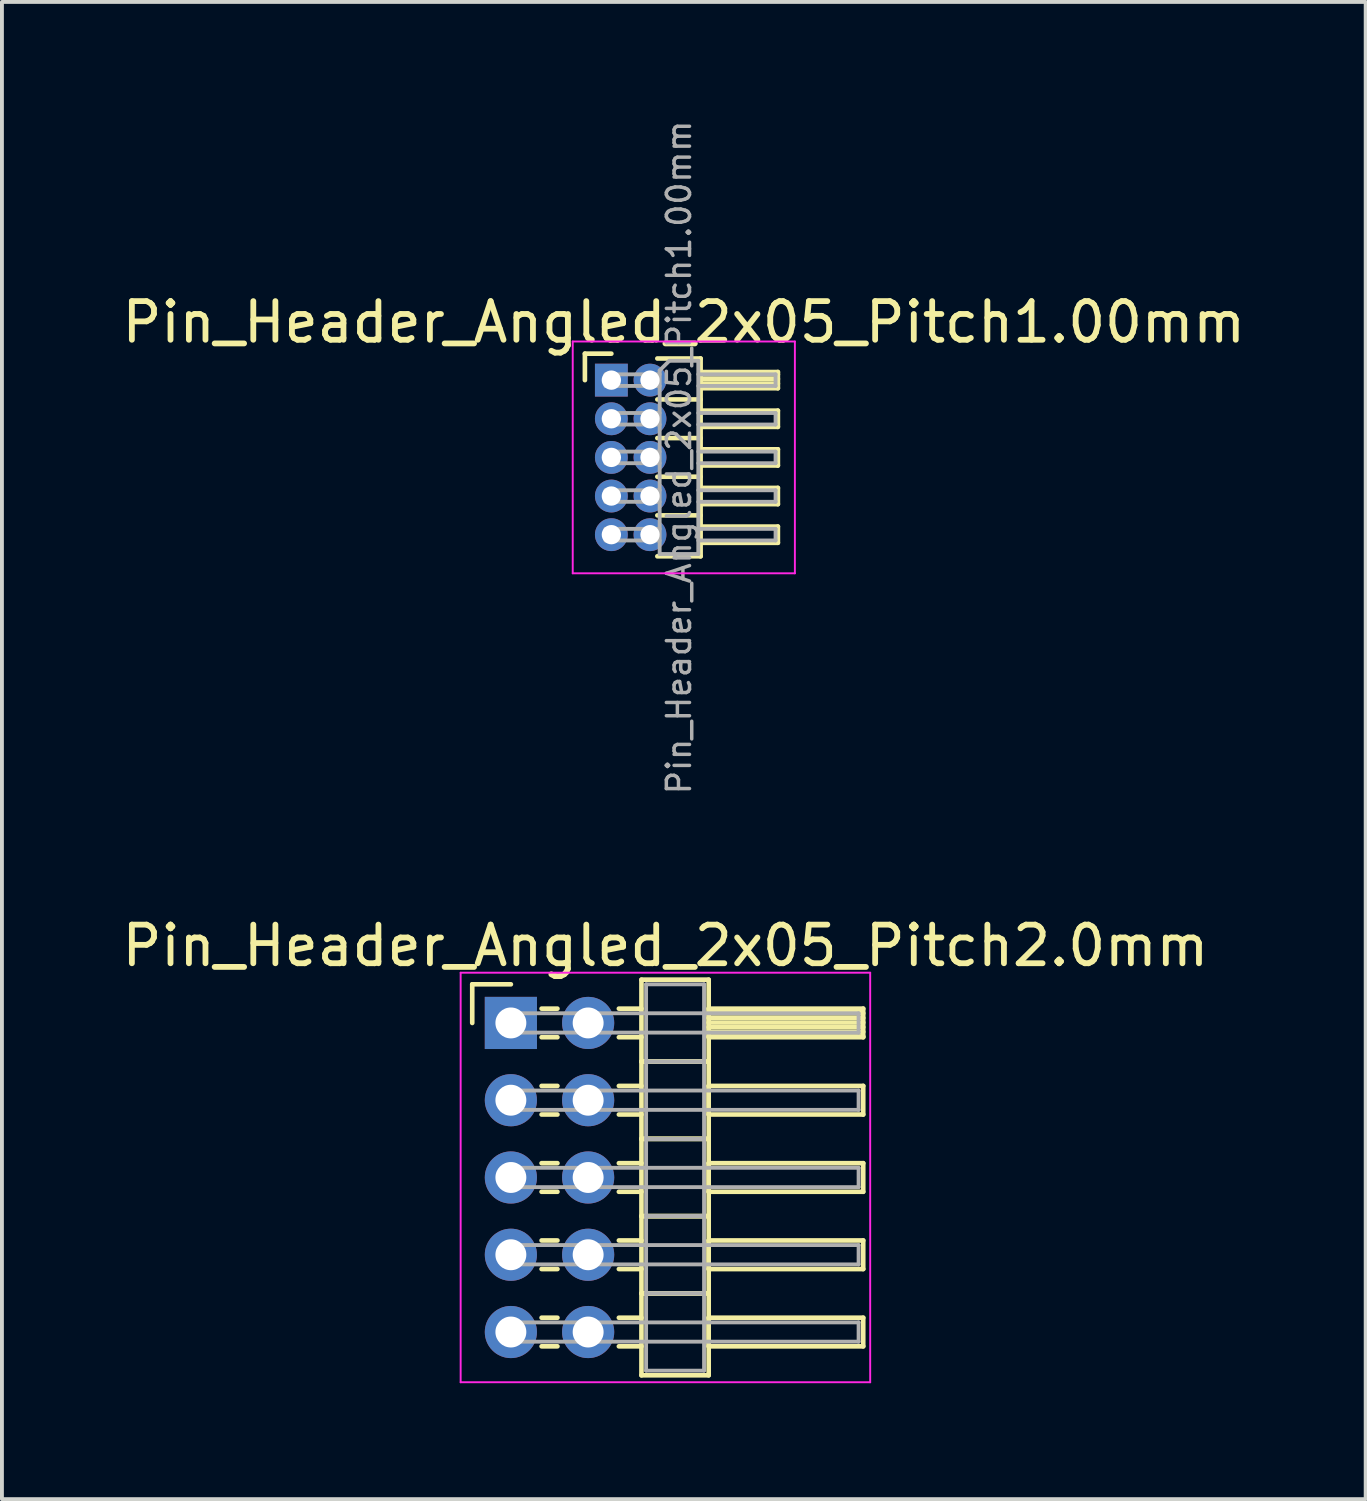
<source format=kicad_pcb>
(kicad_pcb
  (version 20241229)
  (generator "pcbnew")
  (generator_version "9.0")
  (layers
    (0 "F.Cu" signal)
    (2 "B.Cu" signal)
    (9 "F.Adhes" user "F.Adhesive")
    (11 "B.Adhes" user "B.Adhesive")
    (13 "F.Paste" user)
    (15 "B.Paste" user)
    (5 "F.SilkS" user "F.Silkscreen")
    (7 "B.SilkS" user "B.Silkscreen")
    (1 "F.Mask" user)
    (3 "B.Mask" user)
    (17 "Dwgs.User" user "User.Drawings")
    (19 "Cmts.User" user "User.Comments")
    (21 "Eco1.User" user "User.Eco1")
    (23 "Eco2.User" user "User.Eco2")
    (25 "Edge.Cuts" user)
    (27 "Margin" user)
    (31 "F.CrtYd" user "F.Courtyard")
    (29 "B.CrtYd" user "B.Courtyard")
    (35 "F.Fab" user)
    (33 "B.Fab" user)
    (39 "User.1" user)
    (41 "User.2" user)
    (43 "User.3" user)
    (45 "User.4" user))
  (footprint "Pin_Header_Angled_2x05_Pitch1.00mm"
    (layer "F.Cu")
    (at 12.774 6.789)
    (property "Reference" "Pin_Header_Angled_2x05_Pitch1.00mm" (at 1.875 -1.5 0) (layer "F.SilkS") (effects (font (size 1 1) (thickness 0.15))))
    (attr through_hole)
    (fp_line (start -0.685 -0.685) (end 0 -0.685) (stroke (width 0.12) (type solid)) (layer "F.SilkS"))
    (fp_line (start -0.685 0) (end -0.685 -0.685) (stroke (width 0.12) (type solid)) (layer "F.SilkS"))
    (fp_line (start 1.19 -0.56) (end 2.31 -0.56) (stroke (width 0.12) (type solid)) (layer "F.SilkS"))
    (fp_line (start 1.19 0.5) (end 2.31 0.5) (stroke (width 0.12) (type solid)) (layer "F.SilkS"))
    (fp_line (start 1.19 1.5) (end 2.31 1.5) (stroke (width 0.12) (type solid)) (layer "F.SilkS"))
    (fp_line (start 1.19 2.5) (end 2.31 2.5) (stroke (width 0.12) (type solid)) (layer "F.SilkS"))
    (fp_line (start 1.19 3.5) (end 2.31 3.5) (stroke (width 0.12) (type solid)) (layer "F.SilkS"))
    (fp_line (start 2.31 -0.56) (end 2.31 4.56) (stroke (width 0.12) (type solid)) (layer "F.SilkS"))
    (fp_line (start 2.31 -0.21) (end 4.31 -0.21) (stroke (width 0.12) (type solid)) (layer "F.SilkS"))
    (fp_line (start 2.31 -0.15) (end 4.31 -0.15) (stroke (width 0.12) (type solid)) (layer "F.SilkS"))
    (fp_line (start 2.31 -0.03) (end 4.31 -0.03) (stroke (width 0.12) (type solid)) (layer "F.SilkS"))
    (fp_line (start 2.31 0.09) (end 4.31 0.09) (stroke (width 0.12) (type solid)) (layer "F.SilkS"))
    (fp_line (start 2.31 0.79) (end 4.31 0.79) (stroke (width 0.12) (type solid)) (layer "F.SilkS"))
    (fp_line (start 2.31 1.79) (end 4.31 1.79) (stroke (width 0.12) (type solid)) (layer "F.SilkS"))
    (fp_line (start 2.31 2.79) (end 4.31 2.79) (stroke (width 0.12) (type solid)) (layer "F.SilkS"))
    (fp_line (start 2.31 3.79) (end 4.31 3.79) (stroke (width 0.12) (type solid)) (layer "F.SilkS"))
    (fp_line (start 2.31 4.56) (end 1.19 4.56) (stroke (width 0.12) (type solid)) (layer "F.SilkS"))
    (fp_line (start 4.31 -0.21) (end 4.31 0.21) (stroke (width 0.12) (type solid)) (layer "F.SilkS"))
    (fp_line (start 4.31 0.21) (end 2.31 0.21) (stroke (width 0.12) (type solid)) (layer "F.SilkS"))
    (fp_line (start 4.31 0.79) (end 4.31 1.21) (stroke (width 0.12) (type solid)) (layer "F.SilkS"))
    (fp_line (start 4.31 1.21) (end 2.31 1.21) (stroke (width 0.12) (type solid)) (layer "F.SilkS"))
    (fp_line (start 4.31 1.79) (end 4.31 2.21) (stroke (width 0.12) (type solid)) (layer "F.SilkS"))
    (fp_line (start 4.31 2.21) (end 2.31 2.21) (stroke (width 0.12) (type solid)) (layer "F.SilkS"))
    (fp_line (start 4.31 2.79) (end 4.31 3.21) (stroke (width 0.12) (type solid)) (layer "F.SilkS"))
    (fp_line (start 4.31 3.21) (end 2.31 3.21) (stroke (width 0.12) (type solid)) (layer "F.SilkS"))
    (fp_line (start 4.31 3.79) (end 4.31 4.21) (stroke (width 0.12) (type solid)) (layer "F.SilkS"))
    (fp_line (start 4.31 4.21) (end 2.31 4.21) (stroke (width 0.12) (type solid)) (layer "F.SilkS"))
    (fp_line (start -1 -1) (end -1 5) (stroke (width 0.05) (type solid)) (layer "F.CrtYd"))
    (fp_line (start -1 5) (end 4.75 5) (stroke (width 0.05) (type solid)) (layer "F.CrtYd"))
    (fp_line (start 4.75 -1) (end -1 -1) (stroke (width 0.05) (type solid)) (layer "F.CrtYd"))
    (fp_line (start 4.75 5) (end 4.75 -1) (stroke (width 0.05) (type solid)) (layer "F.CrtYd"))
    (fp_line (start -0.15 -0.15) (end -0.15 0.15) (stroke (width 0.1) (type solid)) (layer "F.Fab"))
    (fp_line (start -0.15 -0.15) (end 1.25 -0.15) (stroke (width 0.1) (type solid)) (layer "F.Fab"))
    (fp_line (start -0.15 0.15) (end 1.25 0.15) (stroke (width 0.1) (type solid)) (layer "F.Fab"))
    (fp_line (start -0.15 0.85) (end -0.15 1.15) (stroke (width 0.1) (type solid)) (layer "F.Fab"))
    (fp_line (start -0.15 0.85) (end 1.25 0.85) (stroke (width 0.1) (type solid)) (layer "F.Fab"))
    (fp_line (start -0.15 1.15) (end 1.25 1.15) (stroke (width 0.1) (type solid)) (layer "F.Fab"))
    (fp_line (start -0.15 1.85) (end -0.15 2.15) (stroke (width 0.1) (type solid)) (layer "F.Fab"))
    (fp_line (start -0.15 1.85) (end 1.25 1.85) (stroke (width 0.1) (type solid)) (layer "F.Fab"))
    (fp_line (start -0.15 2.15) (end 1.25 2.15) (stroke (width 0.1) (type solid)) (layer "F.Fab"))
    (fp_line (start -0.15 2.85) (end -0.15 3.15) (stroke (width 0.1) (type solid)) (layer "F.Fab"))
    (fp_line (start -0.15 2.85) (end 1.25 2.85) (stroke (width 0.1) (type solid)) (layer "F.Fab"))
    (fp_line (start -0.15 3.15) (end 1.25 3.15) (stroke (width 0.1) (type solid)) (layer "F.Fab"))
    (fp_line (start -0.15 3.85) (end -0.15 4.15) (stroke (width 0.1) (type solid)) (layer "F.Fab"))
    (fp_line (start -0.15 3.85) (end 1.25 3.85) (stroke (width 0.1) (type solid)) (layer "F.Fab"))
    (fp_line (start -0.15 4.15) (end 1.25 4.15) (stroke (width 0.1) (type solid)) (layer "F.Fab"))
    (fp_line (start 1.25 -0.25) (end 1.5 -0.5) (stroke (width 0.1) (type solid)) (layer "F.Fab"))
    (fp_line (start 1.25 4.5) (end 1.25 -0.25) (stroke (width 0.1) (type solid)) (layer "F.Fab"))
    (fp_line (start 1.5 -0.5) (end 2.25 -0.5) (stroke (width 0.1) (type solid)) (layer "F.Fab"))
    (fp_line (start 2.25 -0.5) (end 2.25 4.5) (stroke (width 0.1) (type solid)) (layer "F.Fab"))
    (fp_line (start 2.25 -0.15) (end 4.25 -0.15) (stroke (width 0.1) (type solid)) (layer "F.Fab"))
    (fp_line (start 2.25 0.15) (end 4.25 0.15) (stroke (width 0.1) (type solid)) (layer "F.Fab"))
    (fp_line (start 2.25 0.85) (end 4.25 0.85) (stroke (width 0.1) (type solid)) (layer "F.Fab"))
    (fp_line (start 2.25 1.15) (end 4.25 1.15) (stroke (width 0.1) (type solid)) (layer "F.Fab"))
    (fp_line (start 2.25 1.85) (end 4.25 1.85) (stroke (width 0.1) (type solid)) (layer "F.Fab"))
    (fp_line (start 2.25 2.15) (end 4.25 2.15) (stroke (width 0.1) (type solid)) (layer "F.Fab"))
    (fp_line (start 2.25 2.85) (end 4.25 2.85) (stroke (width 0.1) (type solid)) (layer "F.Fab"))
    (fp_line (start 2.25 3.15) (end 4.25 3.15) (stroke (width 0.1) (type solid)) (layer "F.Fab"))
    (fp_line (start 2.25 3.85) (end 4.25 3.85) (stroke (width 0.1) (type solid)) (layer "F.Fab"))
    (fp_line (start 2.25 4.15) (end 4.25 4.15) (stroke (width 0.1) (type solid)) (layer "F.Fab"))
    (fp_line (start 2.25 4.5) (end 1.25 4.5) (stroke (width 0.1) (type solid)) (layer "F.Fab"))
    (fp_line (start 4.25 -0.15) (end 4.25 0.15) (stroke (width 0.1) (type solid)) (layer "F.Fab"))
    (fp_line (start 4.25 0.85) (end 4.25 1.15) (stroke (width 0.1) (type solid)) (layer "F.Fab"))
    (fp_line (start 4.25 1.85) (end 4.25 2.15) (stroke (width 0.1) (type solid)) (layer "F.Fab"))
    (fp_line (start 4.25 2.85) (end 4.25 3.15) (stroke (width 0.1) (type solid)) (layer "F.Fab"))
    (fp_line (start 4.25 3.85) (end 4.25 4.15) (stroke (width 0.1) (type solid)) (layer "F.Fab"))
    (fp_text user "${REFERENCE}" (at 1.75 2 90) (layer "F.Fab") (effects (font (size 0.6 0.6) (thickness 0.09))))
    (pad "1" thru_hole rect (at 0 0) (size 0.85 0.85) (drill 0.5) (layers "*.Cu" "*.Mask"))
    (pad "2" thru_hole oval (at 1 0) (size 0.85 0.85) (drill 0.5) (layers "*.Cu" "*.Mask"))
    (pad "3" thru_hole oval (at 0 1) (size 0.85 0.85) (drill 0.5) (layers "*.Cu" "*.Mask"))
    (pad "4" thru_hole oval (at 1 1) (size 0.85 0.85) (drill 0.5) (layers "*.Cu" "*.Mask"))
    (pad "5" thru_hole oval (at 0 2) (size 0.85 0.85) (drill 0.5) (layers "*.Cu" "*.Mask"))
    (pad "6" thru_hole oval (at 1 2) (size 0.85 0.85) (drill 0.5) (layers "*.Cu" "*.Mask"))
    (pad "7" thru_hole oval (at 0 3) (size 0.85 0.85) (drill 0.5) (layers "*.Cu" "*.Mask"))
    (pad "8" thru_hole oval (at 1 3) (size 0.85 0.85) (drill 0.5) (layers "*.Cu" "*.Mask"))
    (pad "9" thru_hole oval (at 0 4) (size 0.85 0.85) (drill 0.5) (layers "*.Cu" "*.Mask"))
    (pad "10" thru_hole oval (at 1 4) (size 0.85 0.85) (drill 0.5) (layers "*.Cu" "*.Mask")))
  (footprint "Pin_Header_Angled_2x05_Pitch2.0mm"
    (layer "F.Cu")
    (at 10.173 23.427)
    (property "Reference" "Pin_Header_Angled_2x05_Pitch2.0mm" (at 4 -2 0) (layer "F.SilkS") (effects (font (size 1 1) (thickness 0.15))))
    (attr through_hole)
    (fp_line (start -1 -1) (end 0 -1) (stroke (width 0.12) (type solid)) (layer "F.SilkS"))
    (fp_line (start -1 0) (end -1 -1) (stroke (width 0.12) (type solid)) (layer "F.SilkS"))
    (fp_line (start 0.795 -0.37) (end 1.205 -0.37) (stroke (width 0.12) (type solid)) (layer "F.SilkS"))
    (fp_line (start 0.795 0.37) (end 1.205 0.37) (stroke (width 0.12) (type solid)) (layer "F.SilkS"))
    (fp_line (start 0.795 1.63) (end 1.205 1.63) (stroke (width 0.12) (type solid)) (layer "F.SilkS"))
    (fp_line (start 0.795 2.37) (end 1.205 2.37) (stroke (width 0.12) (type solid)) (layer "F.SilkS"))
    (fp_line (start 0.795 3.63) (end 1.205 3.63) (stroke (width 0.12) (type solid)) (layer "F.SilkS"))
    (fp_line (start 0.795 4.37) (end 1.205 4.37) (stroke (width 0.12) (type solid)) (layer "F.SilkS"))
    (fp_line (start 0.795 5.63) (end 1.205 5.63) (stroke (width 0.12) (type solid)) (layer "F.SilkS"))
    (fp_line (start 0.795 6.37) (end 1.205 6.37) (stroke (width 0.12) (type solid)) (layer "F.SilkS"))
    (fp_line (start 0.795 7.63) (end 1.205 7.63) (stroke (width 0.12) (type solid)) (layer "F.SilkS"))
    (fp_line (start 0.795 8.37) (end 1.205 8.37) (stroke (width 0.12) (type solid)) (layer "F.SilkS"))
    (fp_line (start 2.795 -0.37) (end 3.38 -0.37) (stroke (width 0.12) (type solid)) (layer "F.SilkS"))
    (fp_line (start 2.795 0.37) (end 3.38 0.37) (stroke (width 0.12) (type solid)) (layer "F.SilkS"))
    (fp_line (start 2.795 1.63) (end 3.38 1.63) (stroke (width 0.12) (type solid)) (layer "F.SilkS"))
    (fp_line (start 2.795 2.37) (end 3.38 2.37) (stroke (width 0.12) (type solid)) (layer "F.SilkS"))
    (fp_line (start 2.795 3.63) (end 3.38 3.63) (stroke (width 0.12) (type solid)) (layer "F.SilkS"))
    (fp_line (start 2.795 4.37) (end 3.38 4.37) (stroke (width 0.12) (type solid)) (layer "F.SilkS"))
    (fp_line (start 2.795 5.63) (end 3.38 5.63) (stroke (width 0.12) (type solid)) (layer "F.SilkS"))
    (fp_line (start 2.795 6.37) (end 3.38 6.37) (stroke (width 0.12) (type solid)) (layer "F.SilkS"))
    (fp_line (start 2.795 7.63) (end 3.38 7.63) (stroke (width 0.12) (type solid)) (layer "F.SilkS"))
    (fp_line (start 2.795 8.37) (end 3.38 8.37) (stroke (width 0.12) (type solid)) (layer "F.SilkS"))
    (fp_line (start 3.38 -1.12) (end 3.38 1) (stroke (width 0.12) (type solid)) (layer "F.SilkS"))
    (fp_line (start 3.38 1) (end 3.38 3) (stroke (width 0.12) (type solid)) (layer "F.SilkS"))
    (fp_line (start 3.38 1) (end 5.12 1) (stroke (width 0.12) (type solid)) (layer "F.SilkS"))
    (fp_line (start 3.38 3) (end 3.38 5) (stroke (width 0.12) (type solid)) (layer "F.SilkS"))
    (fp_line (start 3.38 3) (end 5.12 3) (stroke (width 0.12) (type solid)) (layer "F.SilkS"))
    (fp_line (start 3.38 5) (end 3.38 7) (stroke (width 0.12) (type solid)) (layer "F.SilkS"))
    (fp_line (start 3.38 5) (end 5.12 5) (stroke (width 0.12) (type solid)) (layer "F.SilkS"))
    (fp_line (start 3.38 7) (end 3.38 9.12) (stroke (width 0.12) (type solid)) (layer "F.SilkS"))
    (fp_line (start 3.38 7) (end 5.12 7) (stroke (width 0.12) (type solid)) (layer "F.SilkS"))
    (fp_line (start 3.38 9.12) (end 5.12 9.12) (stroke (width 0.12) (type solid)) (layer "F.SilkS"))
    (fp_line (start 5.12 -1.12) (end 3.38 -1.12) (stroke (width 0.12) (type solid)) (layer "F.SilkS"))
    (fp_line (start 5.12 -0.37) (end 5.12 0.37) (stroke (width 0.12) (type solid)) (layer "F.SilkS"))
    (fp_line (start 5.12 -0.25) (end 9.12 -0.25) (stroke (width 0.12) (type solid)) (layer "F.SilkS"))
    (fp_line (start 5.12 -0.13) (end 9.12 -0.13) (stroke (width 0.12) (type solid)) (layer "F.SilkS"))
    (fp_line (start 5.12 -0.01) (end 9.12 -0.01) (stroke (width 0.12) (type solid)) (layer "F.SilkS"))
    (fp_line (start 5.12 0.11) (end 9.12 0.11) (stroke (width 0.12) (type solid)) (layer "F.SilkS"))
    (fp_line (start 5.12 0.23) (end 9.12 0.23) (stroke (width 0.12) (type solid)) (layer "F.SilkS"))
    (fp_line (start 5.12 0.35) (end 9.12 0.35) (stroke (width 0.12) (type solid)) (layer "F.SilkS"))
    (fp_line (start 5.12 0.37) (end 9.12 0.37) (stroke (width 0.12) (type solid)) (layer "F.SilkS"))
    (fp_line (start 5.12 1) (end 3.38 1) (stroke (width 0.12) (type solid)) (layer "F.SilkS"))
    (fp_line (start 5.12 1) (end 5.12 -1.12) (stroke (width 0.12) (type solid)) (layer "F.SilkS"))
    (fp_line (start 5.12 1.63) (end 5.12 2.37) (stroke (width 0.12) (type solid)) (layer "F.SilkS"))
    (fp_line (start 5.12 2.37) (end 9.12 2.37) (stroke (width 0.12) (type solid)) (layer "F.SilkS"))
    (fp_line (start 5.12 3) (end 3.38 3) (stroke (width 0.12) (type solid)) (layer "F.SilkS"))
    (fp_line (start 5.12 3) (end 5.12 1) (stroke (width 0.12) (type solid)) (layer "F.SilkS"))
    (fp_line (start 5.12 3.63) (end 5.12 4.37) (stroke (width 0.12) (type solid)) (layer "F.SilkS"))
    (fp_line (start 5.12 4.37) (end 9.12 4.37) (stroke (width 0.12) (type solid)) (layer "F.SilkS"))
    (fp_line (start 5.12 5) (end 3.38 5) (stroke (width 0.12) (type solid)) (layer "F.SilkS"))
    (fp_line (start 5.12 5) (end 5.12 3) (stroke (width 0.12) (type solid)) (layer "F.SilkS"))
    (fp_line (start 5.12 5.63) (end 5.12 6.37) (stroke (width 0.12) (type solid)) (layer "F.SilkS"))
    (fp_line (start 5.12 6.37) (end 9.12 6.37) (stroke (width 0.12) (type solid)) (layer "F.SilkS"))
    (fp_line (start 5.12 7) (end 3.38 7) (stroke (width 0.12) (type solid)) (layer "F.SilkS"))
    (fp_line (start 5.12 7) (end 5.12 5) (stroke (width 0.12) (type solid)) (layer "F.SilkS"))
    (fp_line (start 5.12 7.63) (end 5.12 8.37) (stroke (width 0.12) (type solid)) (layer "F.SilkS"))
    (fp_line (start 5.12 8.37) (end 9.12 8.37) (stroke (width 0.12) (type solid)) (layer "F.SilkS"))
    (fp_line (start 5.12 9.12) (end 5.12 7) (stroke (width 0.12) (type solid)) (layer "F.SilkS"))
    (fp_line (start 9.12 -0.37) (end 5.12 -0.37) (stroke (width 0.12) (type solid)) (layer "F.SilkS"))
    (fp_line (start 9.12 0.37) (end 9.12 -0.37) (stroke (width 0.12) (type solid)) (layer "F.SilkS"))
    (fp_line (start 9.12 1.63) (end 5.12 1.63) (stroke (width 0.12) (type solid)) (layer "F.SilkS"))
    (fp_line (start 9.12 2.37) (end 9.12 1.63) (stroke (width 0.12) (type solid)) (layer "F.SilkS"))
    (fp_line (start 9.12 3.63) (end 5.12 3.63) (stroke (width 0.12) (type solid)) (layer "F.SilkS"))
    (fp_line (start 9.12 4.37) (end 9.12 3.63) (stroke (width 0.12) (type solid)) (layer "F.SilkS"))
    (fp_line (start 9.12 5.63) (end 5.12 5.63) (stroke (width 0.12) (type solid)) (layer "F.SilkS"))
    (fp_line (start 9.12 6.37) (end 9.12 5.63) (stroke (width 0.12) (type solid)) (layer "F.SilkS"))
    (fp_line (start 9.12 7.63) (end 5.12 7.63) (stroke (width 0.12) (type solid)) (layer "F.SilkS"))
    (fp_line (start 9.12 8.37) (end 9.12 7.63) (stroke (width 0.12) (type solid)) (layer "F.SilkS"))
    (fp_line (start -1.3 -1.3) (end -1.3 9.3) (stroke (width 0.05) (type solid)) (layer "F.CrtYd"))
    (fp_line (start -1.3 9.3) (end 9.3 9.3) (stroke (width 0.05) (type solid)) (layer "F.CrtYd"))
    (fp_line (start 9.3 -1.3) (end -1.3 -1.3) (stroke (width 0.05) (type solid)) (layer "F.CrtYd"))
    (fp_line (start 9.3 9.3) (end 9.3 -1.3) (stroke (width 0.05) (type solid)) (layer "F.CrtYd"))
    (fp_line (start 0 -0.25) (end 0 0.25) (stroke (width 0.1) (type solid)) (layer "F.Fab"))
    (fp_line (start 0 0.25) (end 9 0.25) (stroke (width 0.1) (type solid)) (layer "F.Fab"))
    (fp_line (start 0 1.75) (end 0 2.25) (stroke (width 0.1) (type solid)) (layer "F.Fab"))
    (fp_line (start 0 2.25) (end 9 2.25) (stroke (width 0.1) (type solid)) (layer "F.Fab"))
    (fp_line (start 0 3.75) (end 0 4.25) (stroke (width 0.1) (type solid)) (layer "F.Fab"))
    (fp_line (start 0 4.25) (end 9 4.25) (stroke (width 0.1) (type solid)) (layer "F.Fab"))
    (fp_line (start 0 5.75) (end 0 6.25) (stroke (width 0.1) (type solid)) (layer "F.Fab"))
    (fp_line (start 0 6.25) (end 9 6.25) (stroke (width 0.1) (type solid)) (layer "F.Fab"))
    (fp_line (start 0 7.75) (end 0 8.25) (stroke (width 0.1) (type solid)) (layer "F.Fab"))
    (fp_line (start 0 8.25) (end 9 8.25) (stroke (width 0.1) (type solid)) (layer "F.Fab"))
    (fp_line (start 3.5 -1) (end 3.5 1) (stroke (width 0.1) (type solid)) (layer "F.Fab"))
    (fp_line (start 3.5 1) (end 3.5 3) (stroke (width 0.1) (type solid)) (layer "F.Fab"))
    (fp_line (start 3.5 1) (end 5 1) (stroke (width 0.1) (type solid)) (layer "F.Fab"))
    (fp_line (start 3.5 3) (end 3.5 5) (stroke (width 0.1) (type solid)) (layer "F.Fab"))
    (fp_line (start 3.5 3) (end 5 3) (stroke (width 0.1) (type solid)) (layer "F.Fab"))
    (fp_line (start 3.5 5) (end 3.5 7) (stroke (width 0.1) (type solid)) (layer "F.Fab"))
    (fp_line (start 3.5 5) (end 5 5) (stroke (width 0.1) (type solid)) (layer "F.Fab"))
    (fp_line (start 3.5 7) (end 3.5 9) (stroke (width 0.1) (type solid)) (layer "F.Fab"))
    (fp_line (start 3.5 7) (end 5 7) (stroke (width 0.1) (type solid)) (layer "F.Fab"))
    (fp_line (start 3.5 9) (end 5 9) (stroke (width 0.1) (type solid)) (layer "F.Fab"))
    (fp_line (start 5 -1) (end 3.5 -1) (stroke (width 0.1) (type solid)) (layer "F.Fab"))
    (fp_line (start 5 1) (end 3.5 1) (stroke (width 0.1) (type solid)) (layer "F.Fab"))
    (fp_line (start 5 1) (end 5 -1) (stroke (width 0.1) (type solid)) (layer "F.Fab"))
    (fp_line (start 5 3) (end 3.5 3) (stroke (width 0.1) (type solid)) (layer "F.Fab"))
    (fp_line (start 5 3) (end 5 1) (stroke (width 0.1) (type solid)) (layer "F.Fab"))
    (fp_line (start 5 5) (end 3.5 5) (stroke (width 0.1) (type solid)) (layer "F.Fab"))
    (fp_line (start 5 5) (end 5 3) (stroke (width 0.1) (type solid)) (layer "F.Fab"))
    (fp_line (start 5 7) (end 3.5 7) (stroke (width 0.1) (type solid)) (layer "F.Fab"))
    (fp_line (start 5 7) (end 5 5) (stroke (width 0.1) (type solid)) (layer "F.Fab"))
    (fp_line (start 5 9) (end 5 7) (stroke (width 0.1) (type solid)) (layer "F.Fab"))
    (fp_line (start 9 -0.25) (end 0 -0.25) (stroke (width 0.1) (type solid)) (layer "F.Fab"))
    (fp_line (start 9 0.25) (end 9 -0.25) (stroke (width 0.1) (type solid)) (layer "F.Fab"))
    (fp_line (start 9 1.75) (end 0 1.75) (stroke (width 0.1) (type solid)) (layer "F.Fab"))
    (fp_line (start 9 2.25) (end 9 1.75) (stroke (width 0.1) (type solid)) (layer "F.Fab"))
    (fp_line (start 9 3.75) (end 0 3.75) (stroke (width 0.1) (type solid)) (layer "F.Fab"))
    (fp_line (start 9 4.25) (end 9 3.75) (stroke (width 0.1) (type solid)) (layer "F.Fab"))
    (fp_line (start 9 5.75) (end 0 5.75) (stroke (width 0.1) (type solid)) (layer "F.Fab"))
    (fp_line (start 9 6.25) (end 9 5.75) (stroke (width 0.1) (type solid)) (layer "F.Fab"))
    (fp_line (start 9 7.75) (end 0 7.75) (stroke (width 0.1) (type solid)) (layer "F.Fab"))
    (fp_line (start 9 8.25) (end 9 7.75) (stroke (width 0.1) (type solid)) (layer "F.Fab"))
    (pad "1" thru_hole rect (at 0 0) (size 1.35 1.35) (drill 0.8) (layers "*.Cu" "*.Mask"))
    (pad "2" thru_hole oval (at 2 0) (size 1.35 1.35) (drill 0.8) (layers "*.Cu" "*.Mask"))
    (pad "3" thru_hole oval (at 0 2) (size 1.35 1.35) (drill 0.8) (layers "*.Cu" "*.Mask"))
    (pad "4" thru_hole oval (at 2 2) (size 1.35 1.35) (drill 0.8) (layers "*.Cu" "*.Mask"))
    (pad "5" thru_hole oval (at 0 4) (size 1.35 1.35) (drill 0.8) (layers "*.Cu" "*.Mask"))
    (pad "6" thru_hole oval (at 2 4) (size 1.35 1.35) (drill 0.8) (layers "*.Cu" "*.Mask"))
    (pad "7" thru_hole oval (at 0 6) (size 1.35 1.35) (drill 0.8) (layers "*.Cu" "*.Mask"))
    (pad "8" thru_hole oval (at 2 6) (size 1.35 1.35) (drill 0.8) (layers "*.Cu" "*.Mask"))
    (pad "9" thru_hole oval (at 0 8) (size 1.35 1.35) (drill 0.8) (layers "*.Cu" "*.Mask"))
    (pad "10" thru_hole oval (at 2 8) (size 1.35 1.35) (drill 0.8) (layers "*.Cu" "*.Mask")))
  (gr_rect
    (start -3 -3)
    (end 32.298 35.752)
    (stroke (width 0.1) (type default))
    (fill no)
    (layer "Edge.Cuts")))
</source>
